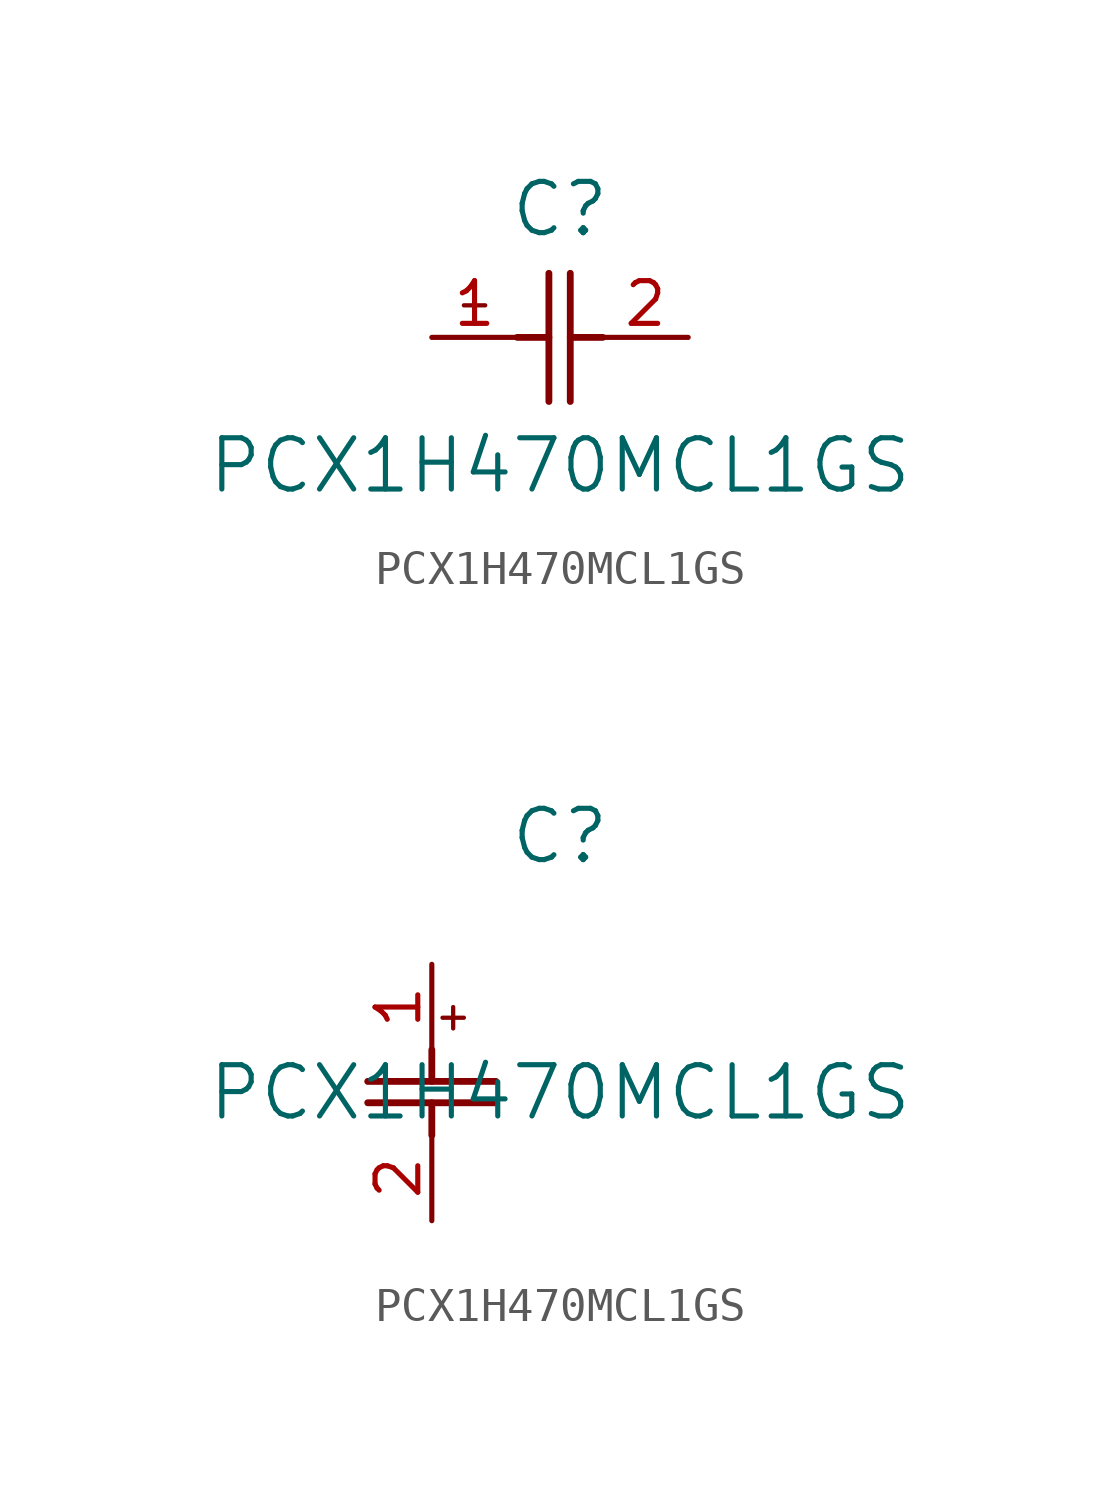
<source format=kicad_sym>
(kicad_symbol_lib
  (version 20211014)
  (generator kicad_symbol_editor)
  (symbol "PCX1H470MCL1GS"
    (pin_names
      (offset 0.254))
    (property "Reference" "C"
      (at 3.81 3.81 0)
      (effects (font (size 1.524 1.524))))
    (property "Value" "PCX1H470MCL1GS"
      (at 3.81 -3.81 0)
      (effects (font (size 1.524 1.524))))
    (symbol "PCX1H470MCL1GS_1_1"
      (polyline (pts (xy 3.48 -1.905) (xy 3.48 1.905)) (stroke (width 0.203) (type default) (color 0 0 0 0)) (fill (type none)))
      (polyline (pts (xy 4.115 -1.905) (xy 4.115 1.905)) (stroke (width 0.203) (type default) (color 0 0 0 0)) (fill (type none)))
      (polyline (pts (xy 4.115 0) (xy 5.08 0)) (stroke (width 0.203) (type default) (color 0 0 0 0)) (fill (type none)))
      (polyline (pts (xy 2.54 0) (xy 3.48 0)) (stroke (width 0.203) (type default) (color 0 0 0 0)) (fill (type none)))
      (polyline (pts (xy 1.27 1.27) (xy 1.27 0.635)) (stroke (width 0.127) (type default) (color 0 0 0 0)) (fill (type none)))
      (polyline (pts (xy 0.953 0.953) (xy 1.587 0.953)) (stroke (width 0.127) (type default) (color 0 0 0 0)) (fill (type none)))
      (pin unspecified line (at 0 0 0) (length 2.54) (name "" (effects (font (size 1.27 1.27)))) (number "1" (effects (font (size 1.27 1.27)))))
      (pin unspecified line (at 7.62 0 180) (length 2.54) (name "" (effects (font (size 1.27 1.27)))) (number "2" (effects (font (size 1.27 1.27))))))
    (symbol "PCX1H470MCL1GS_1_2"
      (polyline (pts (xy -1.905 -3.48) (xy 1.905 -3.48)) (stroke (width 0.203) (type default) (color 0 0 0 0)) (fill (type none)))
      (polyline (pts (xy -1.905 -4.115) (xy 1.905 -4.115)) (stroke (width 0.203) (type default) (color 0 0 0 0)) (fill (type none)))
      (polyline (pts (xy 0 -4.115) (xy 0 -5.08)) (stroke (width 0.203) (type default) (color 0 0 0 0)) (fill (type none)))
      (polyline (pts (xy 0 -2.54) (xy 0 -3.48)) (stroke (width 0.203) (type default) (color 0 0 0 0)) (fill (type none)))
      (polyline (pts (xy 0.635 -1.27) (xy 0.635 -1.905)) (stroke (width 0.127) (type default) (color 0 0 0 0)) (fill (type none)))
      (polyline (pts (xy 0.318 -1.587) (xy 0.953 -1.587)) (stroke (width 0.127) (type default) (color 0 0 0 0)) (fill (type none)))
      (pin unspecified line (at 0 0 270) (length 2.54) (name "" (effects (font (size 1.27 1.27)))) (number "1" (effects (font (size 1.27 1.27)))))
      (pin unspecified line (at 0 -7.62 90) (length 2.54) (name "" (effects (font (size 1.27 1.27)))) (number "2" (effects (font (size 1.27 1.27))))))))
</source>
